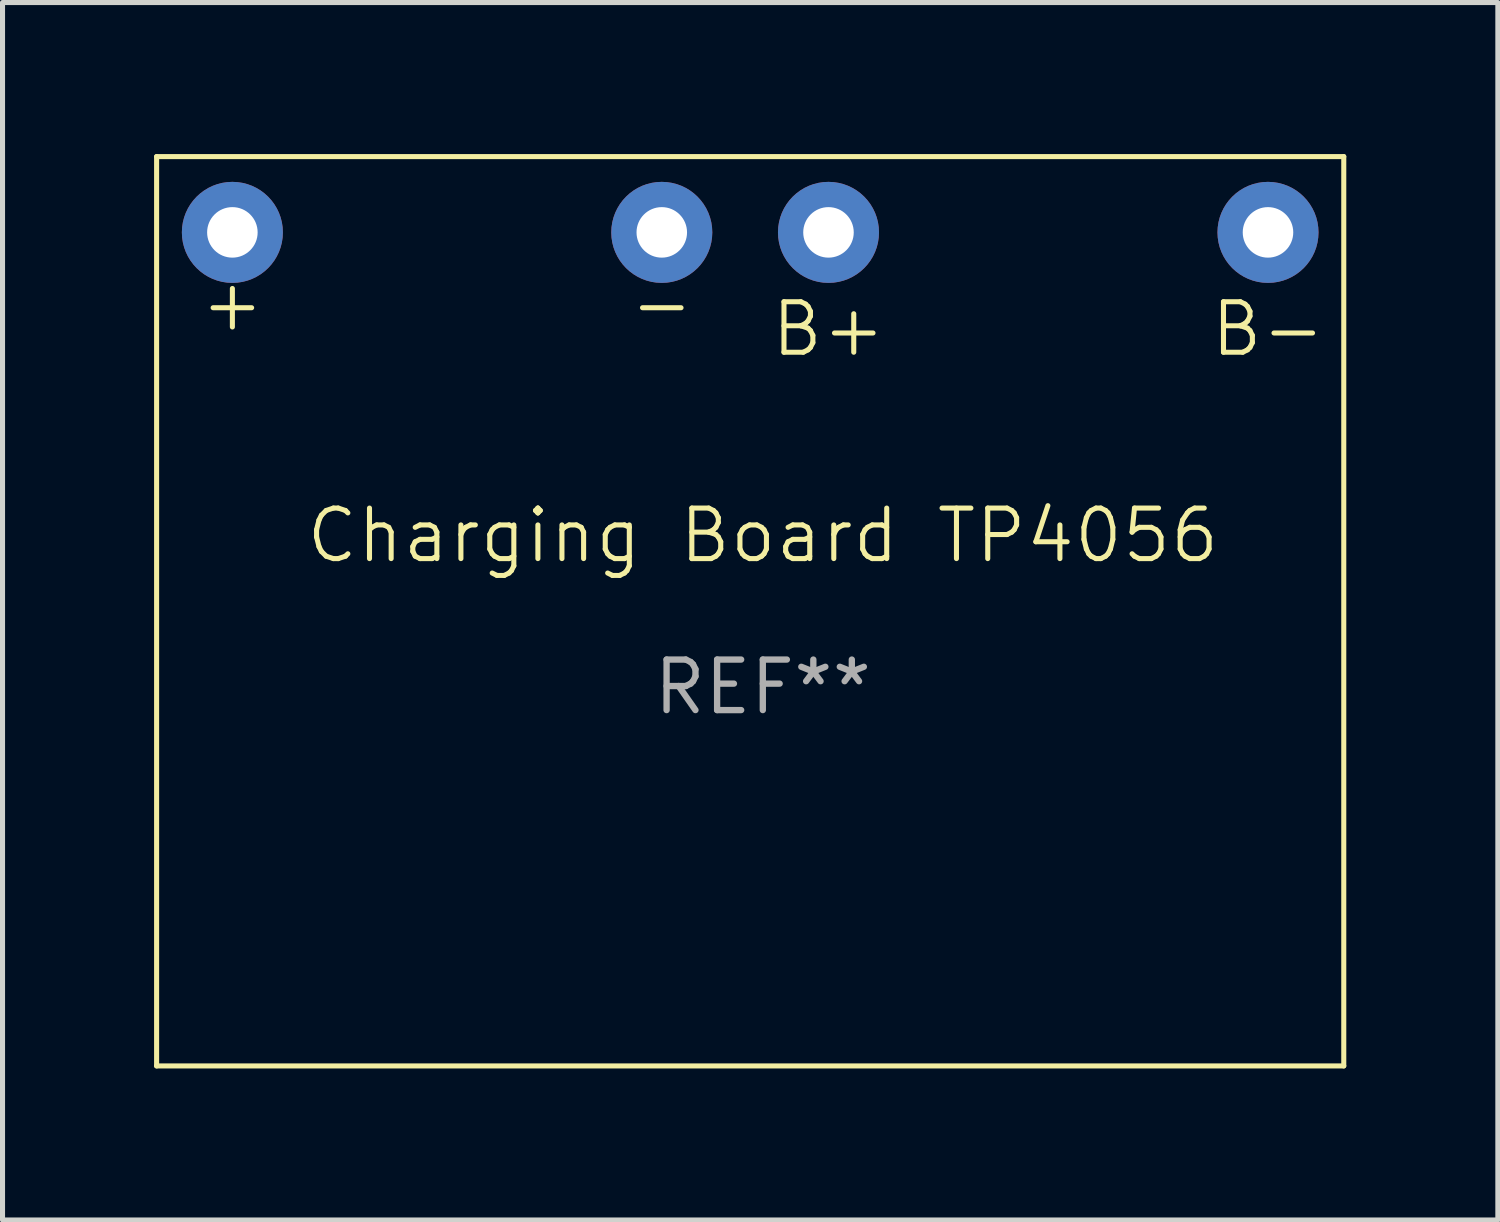
<source format=kicad_pcb>
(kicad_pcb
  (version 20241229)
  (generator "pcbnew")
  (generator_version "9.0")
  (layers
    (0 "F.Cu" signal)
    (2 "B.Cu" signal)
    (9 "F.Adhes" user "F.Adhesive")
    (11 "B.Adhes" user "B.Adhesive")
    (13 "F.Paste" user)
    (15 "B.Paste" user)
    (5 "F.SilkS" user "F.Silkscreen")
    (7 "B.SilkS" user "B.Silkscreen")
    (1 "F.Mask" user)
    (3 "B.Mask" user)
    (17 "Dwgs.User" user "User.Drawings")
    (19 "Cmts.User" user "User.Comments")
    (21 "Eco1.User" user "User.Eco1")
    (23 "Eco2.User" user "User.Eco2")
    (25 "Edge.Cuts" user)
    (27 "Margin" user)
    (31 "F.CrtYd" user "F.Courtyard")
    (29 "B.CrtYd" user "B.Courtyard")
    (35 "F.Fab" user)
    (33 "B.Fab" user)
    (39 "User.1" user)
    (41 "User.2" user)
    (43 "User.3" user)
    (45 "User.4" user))
  (footprint "Charging Board TP4056"
    (layer "F.Cu")
    (at 11.05 5.55)
    (property "Reference" "Charging Board TP4056" (at 1 2 0) (unlocked yes) (layer "F.SilkS") (effects (font (size 1 1) (thickness 0.1))))
    (attr smd)
    (fp_line (start -11 -5.5) (end 12.5 -5.5) (stroke (width 0.1) (type default)) (layer "F.SilkS"))
    (fp_line (start -11 12.5) (end -11 -5.5) (stroke (width 0.1) (type default)) (layer "F.SilkS"))
    (fp_line (start 12.5 -5.5) (end 12.5 12.5) (stroke (width 0.1) (type default)) (layer "F.SilkS"))
    (fp_line (start 12.5 12.5) (end -11 12.5) (stroke (width 0.1) (type default)) (layer "F.SilkS"))
    (fp_text user "+" (at -9.5 -2 0) (unlocked yes) (layer "F.SilkS") (effects (font (size 1 1) (thickness 0.1)) (justify bottom)))
    (fp_text user "B+" (at 2.3 -1.5 0) (unlocked yes) (layer "F.SilkS") (effects (font (size 1 1) (thickness 0.1)) (justify bottom)))
    (fp_text user "-" (at -1 -2 0) (unlocked yes) (layer "F.SilkS") (effects (font (size 1 1) (thickness 0.1)) (justify bottom)))
    (fp_text user "B-" (at 11 -1.5 0) (unlocked yes) (layer "F.SilkS") (effects (font (size 1 1) (thickness 0.1)) (justify bottom)))
    (fp_text user "REF**" (at 1 5 0) (unlocked yes) (layer "F.Fab") (effects (font (size 1 1) (thickness 0.125))))
    (pad "1" thru_hole circle (at -9.5 -4) (size 2 2) (drill 1) (layers "*.Cu" "*.Mask"))
    (pad "2" thru_hole circle (at -1 -4) (size 2 2) (drill 1) (layers "*.Cu" "*.Mask"))
    (pad "3" thru_hole circle (at 2.3 -4) (size 2 2) (drill 1) (layers "*.Cu" "*.Mask"))
    (pad "4" thru_hole circle (at 11 -4) (size 2 2) (drill 1) (layers "*.Cu" "*.Mask")))
  (gr_rect
    (start -3 -3)
    (end 26.6 21.1)
    (stroke (width 0.1) (type default))
    (fill no)
    (layer "Edge.Cuts")))
</source>
